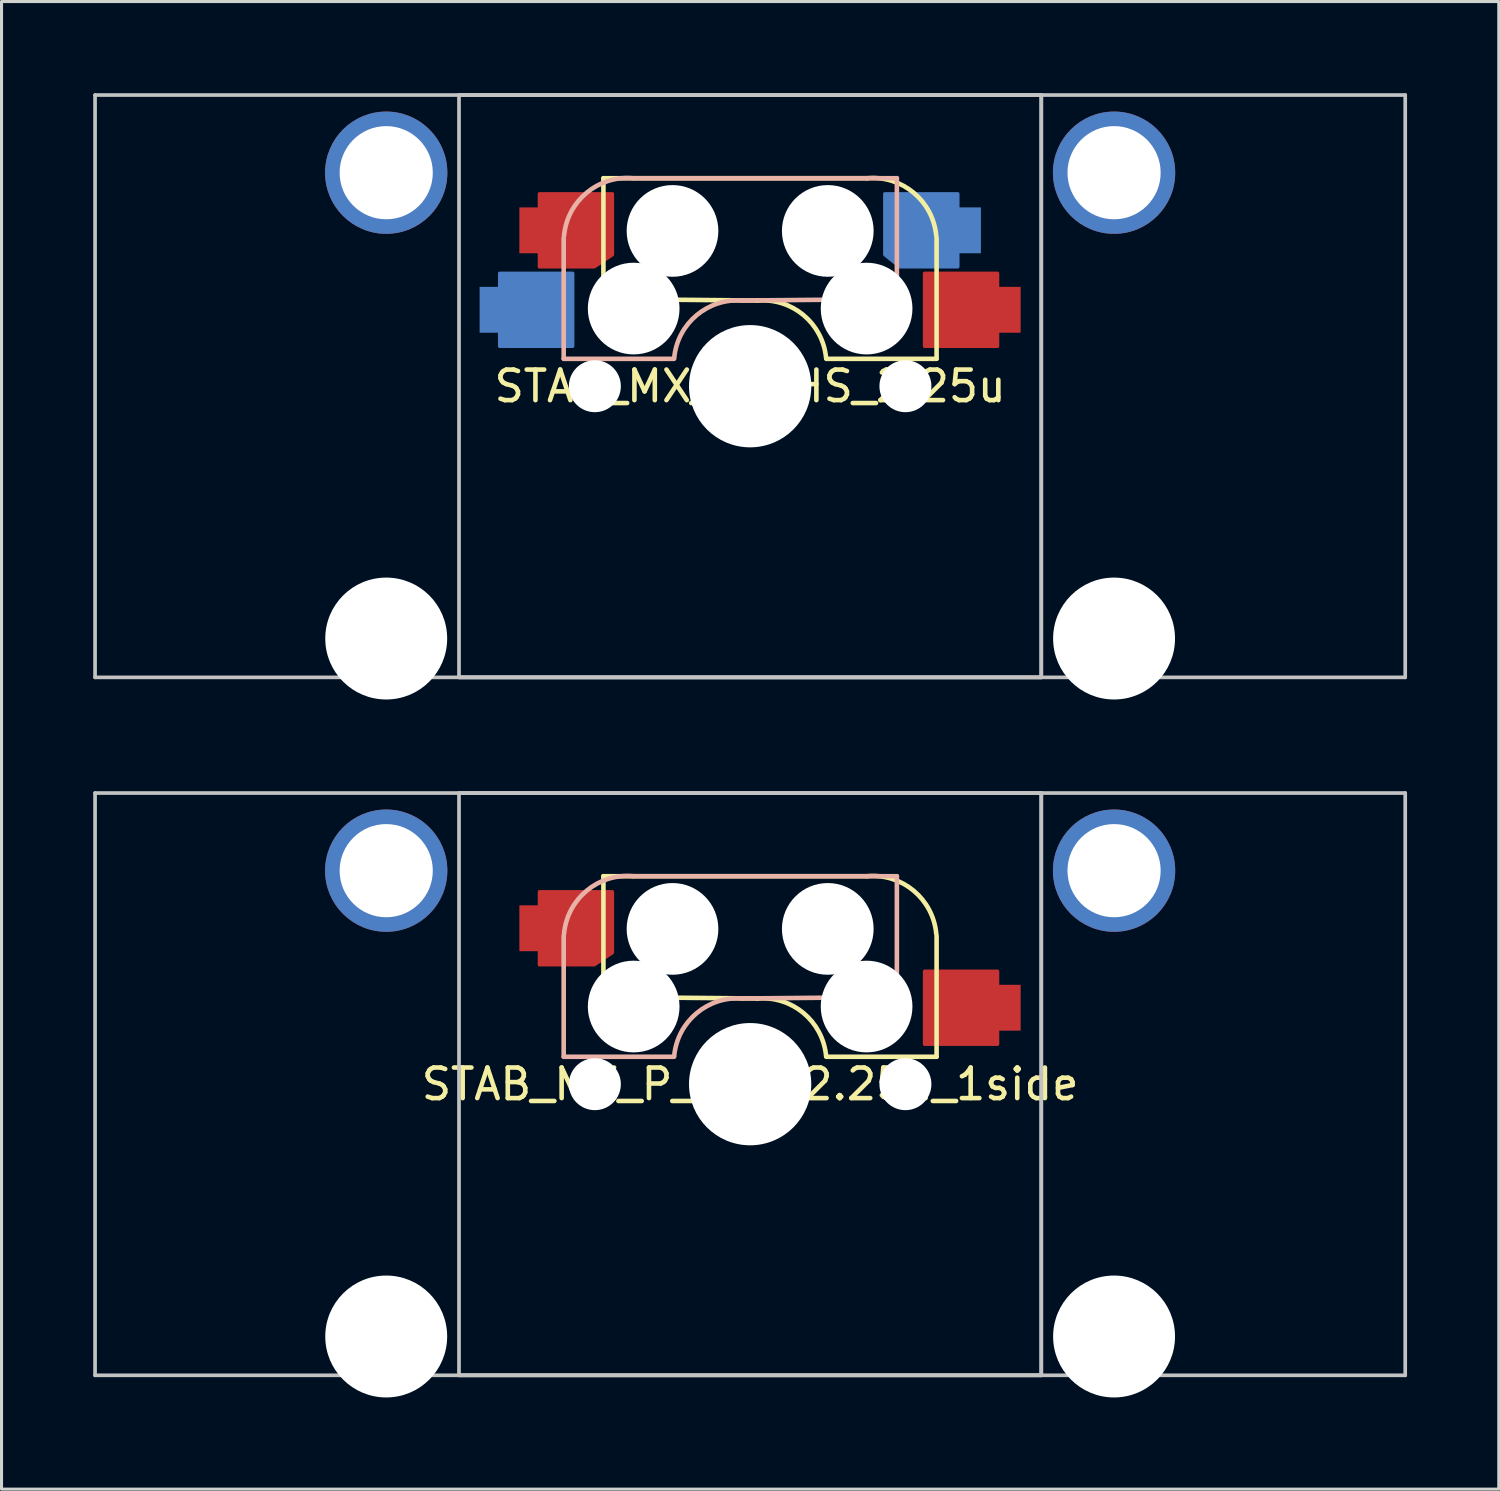
<source format=kicad_pcb>
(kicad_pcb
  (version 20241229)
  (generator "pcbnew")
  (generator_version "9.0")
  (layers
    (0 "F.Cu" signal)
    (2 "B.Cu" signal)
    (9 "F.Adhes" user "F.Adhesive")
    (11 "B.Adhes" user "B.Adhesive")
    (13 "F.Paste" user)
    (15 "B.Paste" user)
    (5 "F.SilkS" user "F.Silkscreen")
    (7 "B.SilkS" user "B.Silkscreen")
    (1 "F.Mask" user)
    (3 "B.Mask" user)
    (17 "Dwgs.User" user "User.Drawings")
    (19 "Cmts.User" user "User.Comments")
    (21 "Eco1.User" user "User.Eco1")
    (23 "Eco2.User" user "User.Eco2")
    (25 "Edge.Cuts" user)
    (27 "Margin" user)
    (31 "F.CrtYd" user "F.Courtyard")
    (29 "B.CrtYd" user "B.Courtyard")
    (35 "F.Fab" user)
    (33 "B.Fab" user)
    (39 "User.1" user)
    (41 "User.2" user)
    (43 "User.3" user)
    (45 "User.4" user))
  (footprint "STAB_MX_P__HS_2.25u_1side"
    (layer "F.Cu")
    (at 21.491 32.419)
    (property "Reference" "STAB_MX_P__HS_2.25u_1side" (at 0 0 0) (layer "F.SilkS") (effects (font (size 1 1) (thickness 0.15))))
    (attr through_hole exclude_from_pos_files exclude_from_bom)
    (fp_line (start -4.8 -6.804) (end 3.825 -6.804) (stroke (width 0.15) (type solid)) (layer "F.SilkS"))
    (fp_line (start -4.8 -2.896) (end -4.8 -6.804) (stroke (width 0.15) (type solid)) (layer "F.SilkS"))
    (fp_line (start -4.8 -2.85) (end 0.25 -2.804) (stroke (width 0.15) (type solid)) (layer "F.SilkS"))
    (fp_line (start 6.1 -4.85) (end 6.1 -0.905) (stroke (width 0.15) (type solid)) (layer "F.SilkS"))
    (fp_line (start 6.1 -0.896) (end 2.49 -0.896) (stroke (width 0.15) (type solid)) (layer "F.SilkS"))
    (fp_arc (start 0.225 -2.8) (mid 1.74436 -2.328062) (end 2.485001 -0.920001) (stroke (width 0.15) (type solid)) (layer "F.SilkS"))
    (fp_arc (start 3.825 -6.804) (mid 5.347189 -6.33089) (end 6.089 -4.92) (stroke (width 0.15) (type solid)) (layer "F.SilkS"))
    (fp_line (start -6.1 -4.85) (end -6.1 -0.905) (stroke (width 0.15) (type solid)) (layer "B.SilkS"))
    (fp_line (start -6.1 -0.896) (end -2.49 -0.896) (stroke (width 0.15) (type solid)) (layer "B.SilkS"))
    (fp_line (start 4.8 -6.804) (end -3.825 -6.804) (stroke (width 0.15) (type solid)) (layer "B.SilkS"))
    (fp_line (start 4.8 -2.896) (end 4.8 -6.804) (stroke (width 0.15) (type solid)) (layer "B.SilkS"))
    (fp_line (start 4.8 -2.85) (end -0.25 -2.804) (stroke (width 0.15) (type solid)) (layer "B.SilkS"))
    (fp_arc (start -6.089 -4.92) (mid -5.347189 -6.33089) (end -3.825 -6.804) (stroke (width 0.15) (type solid)) (layer "B.SilkS"))
    (fp_arc (start -2.484999 -0.920001) (mid -1.74436 -2.328061) (end -0.225 -2.8) (stroke (width 0.15) (type solid)) (layer "B.SilkS"))
    (fp_line (start -21.431 -9.525) (end -21.431 9.525) (stroke (width 0.12) (type solid)) (layer "Dwgs.User"))
    (fp_line (start -21.431 -9.525) (end 21.431 -9.525) (stroke (width 0.12) (type solid)) (layer "Dwgs.User"))
    (fp_line (start -21.431 9.525) (end 21.431 9.525) (stroke (width 0.12) (type solid)) (layer "Dwgs.User"))
    (fp_line (start -9.525 -9.525) (end 9.525 -9.525) (stroke (width 0.12) (type solid)) (layer "Dwgs.User"))
    (fp_line (start 9.525 -9.525) (end 9.525 9.525) (stroke (width 0.12) (type solid)) (layer "Dwgs.User"))
    (fp_line (start 9.525 9.525) (end -9.525 9.525) (stroke (width 0.12) (type solid)) (layer "Dwgs.User"))
    (fp_line (start 21.431 -9.525) (end 21.431 9.525) (stroke (width 0.12) (type solid)) (layer "Dwgs.User"))
    (fp_rect (start -9.525 -9.525) (end 9.525 9.525) (stroke (width 0.12) (type solid)) (fill no) (layer "Dwgs.User"))
    (fp_line (start -15.281 -5.5) (end -15.281 7.5) (stroke (width 0.05) (type solid)) (layer "Eco2.User"))
    (fp_line (start -14.781 -6) (end -9.031 -6) (stroke (width 0.05) (type solid)) (layer "Eco2.User"))
    (fp_line (start -14.781 8) (end -9.031 8) (stroke (width 0.05) (type solid)) (layer "Eco2.User"))
    (fp_line (start -8.531 -5.5) (end -8.531 7.5) (stroke (width 0.05) (type solid)) (layer "Eco2.User"))
    (fp_line (start -7 -7) (end 7 -7) (stroke (width 0.15) (type solid)) (layer "Eco2.User"))
    (fp_line (start -7 7) (end -7 -7) (stroke (width 0.15) (type solid)) (layer "Eco2.User"))
    (fp_line (start 7 -7) (end 7 7) (stroke (width 0.15) (type solid)) (layer "Eco2.User"))
    (fp_line (start 7 7) (end -7 7) (stroke (width 0.15) (type solid)) (layer "Eco2.User"))
    (fp_line (start 8.531 -5.5) (end 8.531 7.5) (stroke (width 0.05) (type solid)) (layer "Eco2.User"))
    (fp_line (start 9.031 -6) (end 14.78 -6) (stroke (width 0.05) (type solid)) (layer "Eco2.User"))
    (fp_line (start 9.031 8) (end 14.781 8) (stroke (width 0.05) (type solid)) (layer "Eco2.User"))
    (fp_line (start 15.28 -5.5) (end 15.281 7.5) (stroke (width 0.05) (type solid)) (layer "Eco2.User"))
    (fp_arc (start -15.28125 -5.499999) (mid -15.134803 -5.853552) (end -14.78125 -5.999999) (stroke (width 0.05) (type solid)) (layer "Eco2.User"))
    (fp_arc (start -14.78125 8.000001) (mid -15.134803 7.853554) (end -15.28125 7.500001) (stroke (width 0.05) (type solid)) (layer "Eco2.User"))
    (fp_arc (start -9.03125 -5.999999) (mid -8.677697 -5.853552) (end -8.53125 -5.499999) (stroke (width 0.05) (type solid)) (layer "Eco2.User"))
    (fp_arc (start -8.53125 7.500001) (mid -8.677697 7.853554) (end -9.03125 8.000001) (stroke (width 0.05) (type solid)) (layer "Eco2.User"))
    (fp_arc (start 8.53125 -5.499999) (mid 8.677697 -5.853552) (end 9.03125 -5.999999) (stroke (width 0.05) (type solid)) (layer "Eco2.User"))
    (fp_arc (start 9.03125 8.000001) (mid 8.677697 7.853554) (end 8.53125 7.500001) (stroke (width 0.05) (type solid)) (layer "Eco2.User"))
    (fp_arc (start 14.780039 -5.999999) (mid 15.133592 -5.853552) (end 15.280039 -5.499999) (stroke (width 0.05) (type solid)) (layer "Eco2.User"))
    (fp_arc (start 15.28125 7.500001) (mid 15.134803 7.853554) (end 14.78125 8.000001) (stroke (width 0.05) (type solid)) (layer "Eco2.User"))
    (pad "" thru_hole circle (at -11.906 -6.985) (size 4 4) (drill 3.048) (layers "*.Cu" "B.Mask"))
    (pad "" np_thru_hole circle (at -11.906 8.255) (size 3.988 3.988) (drill 3.988) (layers "*.Cu" "*.Mask"))
    (pad "" np_thru_hole circle (at -5.08 0) (size 1.7 1.7) (drill 1.7) (layers "*.Cu" "*.Mask"))
    (pad "" np_thru_hole circle (at -3.81 -2.54 180) (size 3 3) (drill 3) (layers "*.Cu" "*.Mask"))
    (pad "" np_thru_hole circle (at -2.54 -5.08 180) (size 3 3) (drill 3) (layers "*.Cu" "*.Mask"))
    (pad "" np_thru_hole circle (at 0 0 90) (size 4 4) (drill 4) (layers "*.Cu" "*.Mask"))
    (pad "" np_thru_hole circle (at 2.54 -5.08 180) (size 3 3) (drill 3) (layers "*.Cu" "*.Mask"))
    (pad "" np_thru_hole circle (at 3.81 -2.54 180) (size 3 3) (drill 3) (layers "*.Cu" "*.Mask"))
    (pad "" np_thru_hole circle (at 5.08 0) (size 1.7 1.7) (drill 1.7) (layers "*.Cu" "*.Mask"))
    (pad "" thru_hole circle (at 11.906 -6.985) (size 4 4) (drill 3.048) (layers "*.Cu" "B.Mask"))
    (pad "" np_thru_hole circle (at 11.906 8.255) (size 3.988 3.988) (drill 3.988) (layers "*.Cu" "*.Mask"))
    (pad "1" smd custom (at -7.2 -5.1) (size 0.7 1.5) (layers "F.Cu" "F.Mask" "F.Paste") (options (anchor rect)) (primitives (gr_poly (pts (xy 0.3 -1.2) (xy 0.3 1.2) (xy 2.1 1.2) (xy 2.7 0.8) (xy 2.7 -1.2)) (width 0.1) (fill yes))))
    (pad "2" smd custom (at 8.5 -2.5) (size 0.7 1.5) (layers "F.Cu" "F.Mask" "F.Paste") (options (anchor rect)) (primitives (gr_poly (pts (xy -2.8 -1.2) (xy -0.4 -1.2) (xy -0.4 1.2) (xy -2.8 1.2)) (width 0.1) (fill yes)))))
  (footprint "STAB_MX_P__HS_2.25u"
    (layer "F.Cu")
    (at 21.491 9.585)
    (property "Reference" "STAB_MX_P__HS_2.25u" (at 0 0 0) (layer "F.SilkS") (effects (font (size 1 1) (thickness 0.15))))
    (attr through_hole exclude_from_pos_files exclude_from_bom)
    (fp_line (start -4.8 -6.804) (end 3.825 -6.804) (stroke (width 0.15) (type solid)) (layer "F.SilkS"))
    (fp_line (start -4.8 -2.896) (end -4.8 -6.804) (stroke (width 0.15) (type solid)) (layer "F.SilkS"))
    (fp_line (start -4.8 -2.85) (end 0.25 -2.804) (stroke (width 0.15) (type solid)) (layer "F.SilkS"))
    (fp_line (start 6.1 -4.85) (end 6.1 -0.905) (stroke (width 0.15) (type solid)) (layer "F.SilkS"))
    (fp_line (start 6.1 -0.896) (end 2.49 -0.896) (stroke (width 0.15) (type solid)) (layer "F.SilkS"))
    (fp_arc (start 0.225 -2.8) (mid 1.74436 -2.328062) (end 2.485001 -0.920001) (stroke (width 0.15) (type solid)) (layer "F.SilkS"))
    (fp_arc (start 3.825 -6.804) (mid 5.347189 -6.33089) (end 6.089 -4.92) (stroke (width 0.15) (type solid)) (layer "F.SilkS"))
    (fp_line (start -6.1 -4.85) (end -6.1 -0.905) (stroke (width 0.15) (type solid)) (layer "B.SilkS"))
    (fp_line (start -6.1 -0.896) (end -2.49 -0.896) (stroke (width 0.15) (type solid)) (layer "B.SilkS"))
    (fp_line (start 4.8 -6.804) (end -3.825 -6.804) (stroke (width 0.15) (type solid)) (layer "B.SilkS"))
    (fp_line (start 4.8 -2.896) (end 4.8 -6.804) (stroke (width 0.15) (type solid)) (layer "B.SilkS"))
    (fp_line (start 4.8 -2.85) (end -0.25 -2.804) (stroke (width 0.15) (type solid)) (layer "B.SilkS"))
    (fp_arc (start -6.089 -4.92) (mid -5.347189 -6.33089) (end -3.825 -6.804) (stroke (width 0.15) (type solid)) (layer "B.SilkS"))
    (fp_arc (start -2.484999 -0.920001) (mid -1.74436 -2.328061) (end -0.225 -2.8) (stroke (width 0.15) (type solid)) (layer "B.SilkS"))
    (fp_line (start -21.431 -9.525) (end -21.431 9.525) (stroke (width 0.12) (type solid)) (layer "Dwgs.User"))
    (fp_line (start -21.431 -9.525) (end 21.431 -9.525) (stroke (width 0.12) (type solid)) (layer "Dwgs.User"))
    (fp_line (start -21.431 9.525) (end 21.431 9.525) (stroke (width 0.12) (type solid)) (layer "Dwgs.User"))
    (fp_line (start -9.525 -9.525) (end 9.525 -9.525) (stroke (width 0.12) (type solid)) (layer "Dwgs.User"))
    (fp_line (start 9.525 -9.525) (end 9.525 9.525) (stroke (width 0.12) (type solid)) (layer "Dwgs.User"))
    (fp_line (start 9.525 9.525) (end -9.525 9.525) (stroke (width 0.12) (type solid)) (layer "Dwgs.User"))
    (fp_line (start 21.431 -9.525) (end 21.431 9.525) (stroke (width 0.12) (type solid)) (layer "Dwgs.User"))
    (fp_rect (start -9.525 -9.525) (end 9.525 9.525) (stroke (width 0.12) (type solid)) (fill no) (layer "Dwgs.User"))
    (fp_line (start -15.281 -5.5) (end -15.281 7.5) (stroke (width 0.05) (type solid)) (layer "Eco2.User"))
    (fp_line (start -14.781 -6) (end -9.031 -6) (stroke (width 0.05) (type solid)) (layer "Eco2.User"))
    (fp_line (start -14.781 8) (end -9.031 8) (stroke (width 0.05) (type solid)) (layer "Eco2.User"))
    (fp_line (start -8.531 -5.5) (end -8.531 7.5) (stroke (width 0.05) (type solid)) (layer "Eco2.User"))
    (fp_line (start -7 -7) (end 7 -7) (stroke (width 0.15) (type solid)) (layer "Eco2.User"))
    (fp_line (start -7 7) (end -7 -7) (stroke (width 0.15) (type solid)) (layer "Eco2.User"))
    (fp_line (start 7 -7) (end 7 7) (stroke (width 0.15) (type solid)) (layer "Eco2.User"))
    (fp_line (start 7 7) (end -7 7) (stroke (width 0.15) (type solid)) (layer "Eco2.User"))
    (fp_line (start 8.531 -5.5) (end 8.531 7.5) (stroke (width 0.05) (type solid)) (layer "Eco2.User"))
    (fp_line (start 9.031 -6) (end 14.78 -6) (stroke (width 0.05) (type solid)) (layer "Eco2.User"))
    (fp_line (start 9.031 8) (end 14.781 8) (stroke (width 0.05) (type solid)) (layer "Eco2.User"))
    (fp_line (start 15.28 -5.5) (end 15.281 7.5) (stroke (width 0.05) (type solid)) (layer "Eco2.User"))
    (fp_arc (start -15.28125 -5.499999) (mid -15.134803 -5.853552) (end -14.78125 -5.999999) (stroke (width 0.05) (type solid)) (layer "Eco2.User"))
    (fp_arc (start -14.78125 8.000001) (mid -15.134803 7.853554) (end -15.28125 7.500001) (stroke (width 0.05) (type solid)) (layer "Eco2.User"))
    (fp_arc (start -9.03125 -5.999999) (mid -8.677697 -5.853552) (end -8.53125 -5.499999) (stroke (width 0.05) (type solid)) (layer "Eco2.User"))
    (fp_arc (start -8.53125 7.500001) (mid -8.677697 7.853554) (end -9.03125 8.000001) (stroke (width 0.05) (type solid)) (layer "Eco2.User"))
    (fp_arc (start 8.53125 -5.499999) (mid 8.677697 -5.853552) (end 9.03125 -5.999999) (stroke (width 0.05) (type solid)) (layer "Eco2.User"))
    (fp_arc (start 9.03125 8.000001) (mid 8.677697 7.853554) (end 8.53125 7.500001) (stroke (width 0.05) (type solid)) (layer "Eco2.User"))
    (fp_arc (start 14.780039 -5.999999) (mid 15.133592 -5.853552) (end 15.280039 -5.499999) (stroke (width 0.05) (type solid)) (layer "Eco2.User"))
    (fp_arc (start 15.28125 7.500001) (mid 15.134803 7.853554) (end 14.78125 8.000001) (stroke (width 0.05) (type solid)) (layer "Eco2.User"))
    (pad "" thru_hole circle (at -11.906 -6.985) (size 4 4) (drill 3.048) (layers "*.Cu" "B.Mask"))
    (pad "" np_thru_hole circle (at -11.906 8.255) (size 3.988 3.988) (drill 3.988) (layers "*.Cu" "*.Mask"))
    (pad "" np_thru_hole circle (at -5.08 0) (size 1.7 1.7) (drill 1.7) (layers "*.Cu" "*.Mask"))
    (pad "" np_thru_hole circle (at -3.81 -2.54 180) (size 3 3) (drill 3) (layers "*.Cu" "*.Mask"))
    (pad "" np_thru_hole circle (at -2.54 -5.08 180) (size 3 3) (drill 3) (layers "*.Cu" "*.Mask"))
    (pad "" np_thru_hole circle (at 0 0 90) (size 4 4) (drill 4) (layers "*.Cu" "*.Mask"))
    (pad "" np_thru_hole circle (at 2.54 -5.08 180) (size 3 3) (drill 3) (layers "*.Cu" "*.Mask"))
    (pad "" np_thru_hole circle (at 3.81 -2.54 180) (size 3 3) (drill 3) (layers "*.Cu" "*.Mask"))
    (pad "" np_thru_hole circle (at 5.08 0) (size 1.7 1.7) (drill 1.7) (layers "*.Cu" "*.Mask"))
    (pad "" thru_hole circle (at 11.906 -6.985) (size 4 4) (drill 3.048) (layers "*.Cu" "B.Mask"))
    (pad "" np_thru_hole circle (at 11.906 8.255) (size 3.988 3.988) (drill 3.988) (layers "*.Cu" "*.Mask"))
    (pad "1" smd custom (at -8.5 -2.5) (size 0.7 1.5) (layers "B.Cu" "B.Mask" "B.Paste") (options (anchor rect)) (primitives (gr_poly (pts (xy 0.3 -1.2) (xy 2.7 -1.2) (xy 2.7 1.2) (xy 0.3 1.2)) (width 0.1) (fill yes))))
    (pad "1" smd custom (at -7.2 -5.1) (size 0.7 1.5) (layers "F.Cu" "F.Mask" "F.Paste") (options (anchor rect)) (primitives (gr_poly (pts (xy 0.3 -1.2) (xy 0.3 1.2) (xy 2.1 1.2) (xy 2.7 0.8) (xy 2.7 -1.2)) (width 0.1) (fill yes))))
    (pad "2" smd custom (at 7.2 -5.1) (size 0.7 1.5) (layers "B.Cu" "B.Mask" "B.Paste") (options (anchor rect)) (primitives (gr_poly (pts (xy -0.4 -1.2) (xy -2.8 -1.2) (xy -2.8 0.8) (xy -2.3 1.2) (xy -0.4 1.2)) (width 0.1) (fill yes))))
    (pad "2" smd custom (at 8.5 -2.5) (size 0.7 1.5) (layers "F.Cu" "F.Mask" "F.Paste") (options (anchor rect)) (primitives (gr_poly (pts (xy -2.8 -1.2) (xy -0.4 -1.2) (xy -0.4 1.2) (xy -2.8 1.2)) (width 0.1) (fill yes)))))
  (gr_rect
    (start -3 -3)
    (end 45.983 45.668)
    (stroke (width 0.1) (type default))
    (fill no)
    (layer "Edge.Cuts")))
</source>
